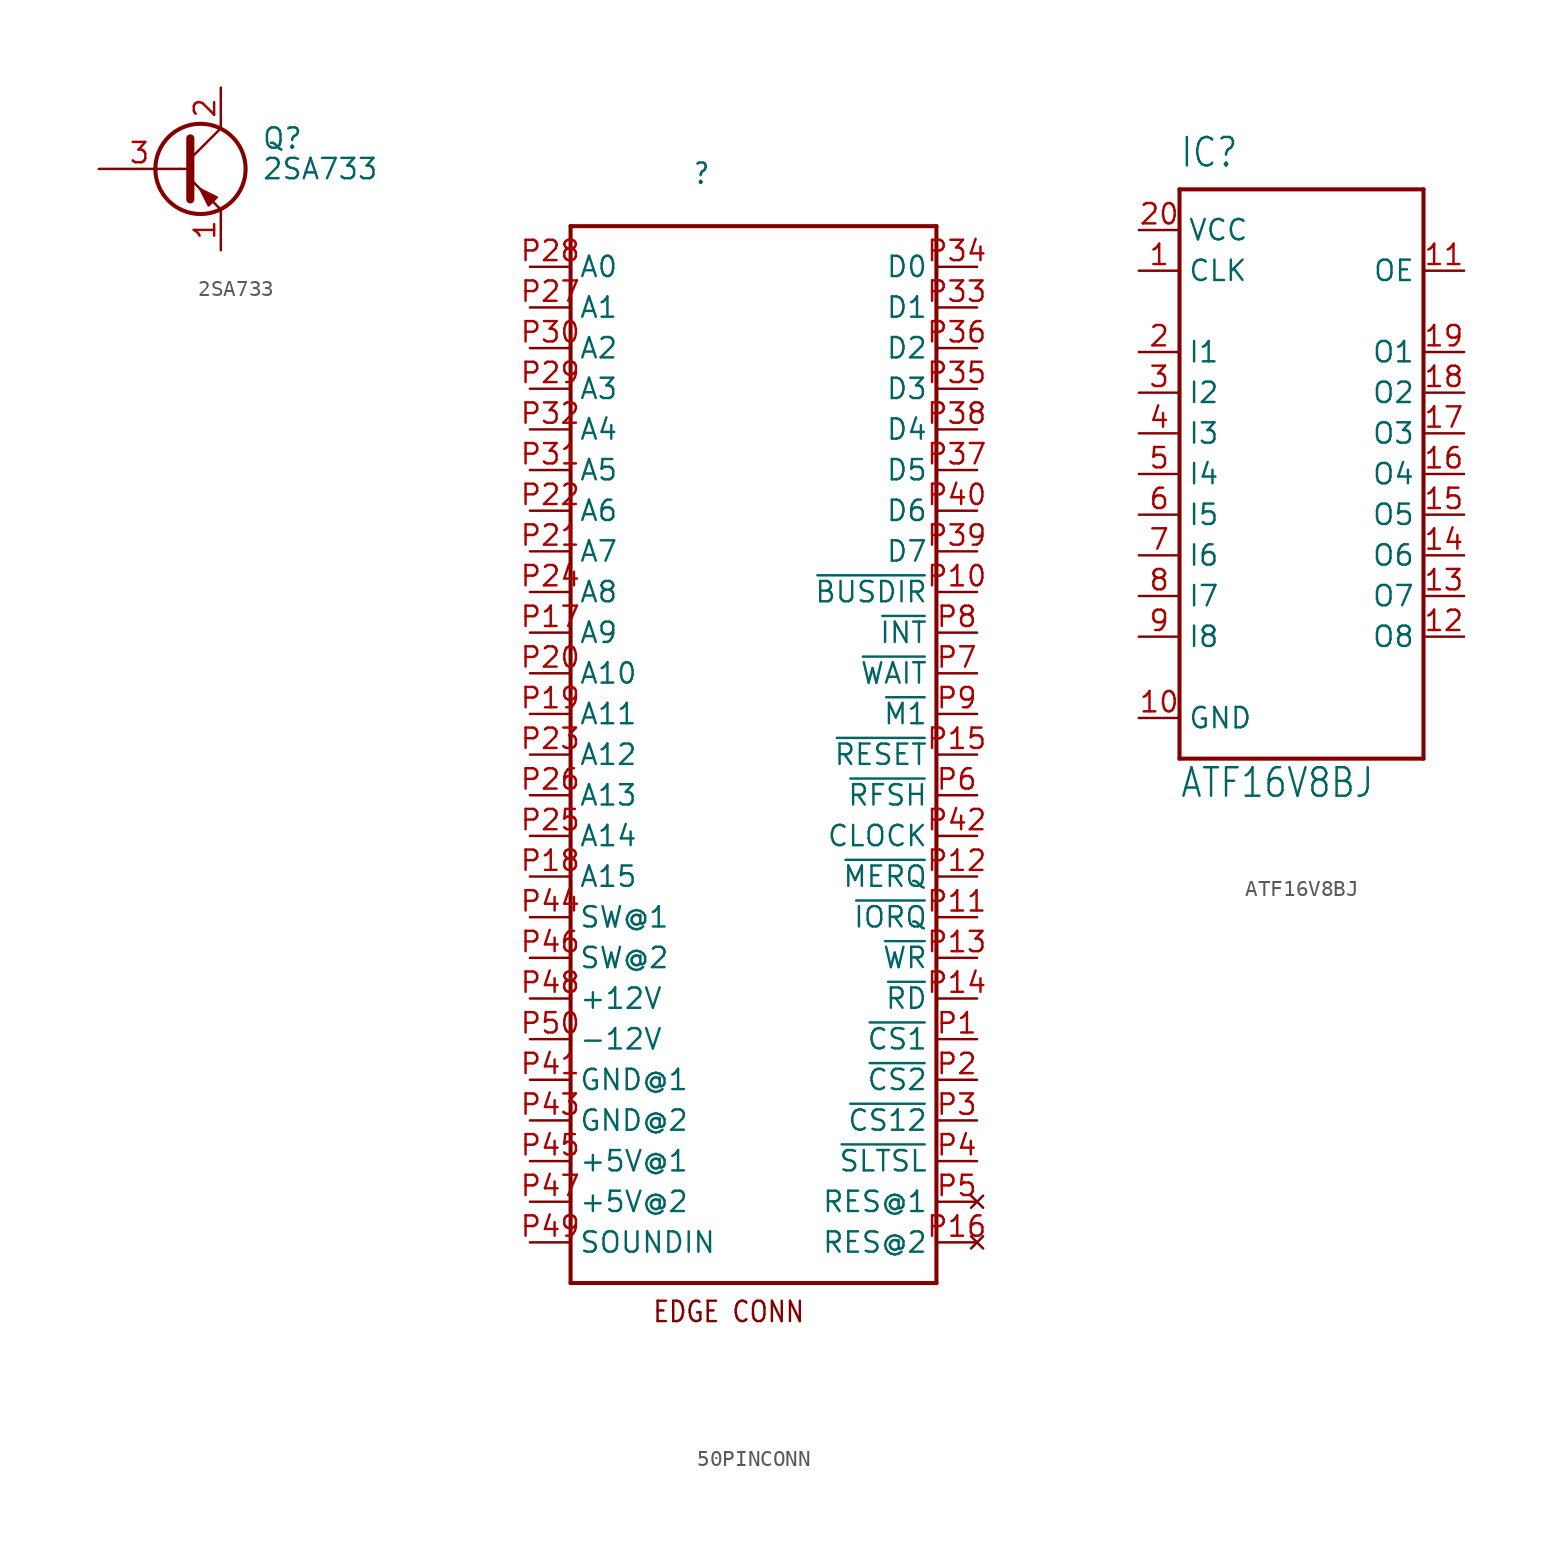
<source format=kicad_sym>
(kicad_symbol_lib
  (version 20220914)
  (generator kicad_symbol_editor)
  (symbol "2SA733"
    (pin_names
      (offset 0) hide)
    (property "Reference" "Q"
      (at 5.08 1.905 0)
      (effects (font (size 1.27 1.27)) (justify left)))
    (property "Value" "2SA733"
      (at 5.08 0 0)
      (effects (font (size 1.27 1.27)) (justify left)))
    (symbol "2SA733_0_1"
      (polyline (pts (xy 0 0) (xy 0.635 0)) (stroke (width 0) (type default)) (fill (type none)))
      (polyline (pts (xy 2.54 -2.54) (xy 0.635 -0.635)) (stroke (width 0) (type default)) (fill (type none)))
      (polyline (pts (xy 2.54 2.54) (xy 0.635 0.635)) (stroke (width 0) (type default)) (fill (type none)))
      (polyline (pts (xy 0.635 1.905) (xy 0.635 -1.905) (xy 0.635 -1.905)) (stroke (width 0.508) (type default)) (fill (type outline)))
      (polyline (pts (xy 1.778 -2.286) (xy 2.286 -1.778) (xy 1.27 -1.27) (xy 1.778 -2.286) (xy 1.778 -2.286)) (stroke (width 0) (type default)) (fill (type outline)))
      (circle (center 1.27 0) (radius 2.819) (stroke (width 0.254) (type default)) (fill (type none))))
    (symbol "2SA733_1_1"
      (pin passive line (at 2.54 -5.08 90) (length 2.54) (name "E" (effects (font (size 1.27 1.27)))) (number "1" (effects (font (size 1.27 1.27)))))
      (pin passive line (at 2.54 5.08 270) (length 2.54) (name "C" (effects (font (size 1.27 1.27)))) (number "2" (effects (font (size 1.27 1.27)))))
      (pin input line (at -5.08 0 0) (length 5.08) (name "B" (effects (font (size 1.27 1.27)))) (number "3" (effects (font (size 1.27 1.27)))))))
  (symbol "50PINCONN"
    (property "Reference" ""
      (at -3.81 35.56 0)
      (effects (font (size 1.27 1.079)) (justify left bottom)))
    (property "ki_locked" ""
      (at 0 0 0)
      (effects (font (size 1.27 1.27))))
    (symbol "50PINCONN_1_0"
      (polyline (pts (xy -11.43 -33.02) (xy -11.43 33.02)) (stroke (width 0.254) (type default)) (fill (type none)))
      (polyline (pts (xy -11.43 33.02) (xy 11.43 33.02)) (stroke (width 0.254) (type default)) (fill (type none)))
      (polyline (pts (xy 11.43 -33.02) (xy -11.43 -33.02)) (stroke (width 0.254) (type default)) (fill (type none)))
      (polyline (pts (xy 11.43 33.02) (xy 11.43 -33.02)) (stroke (width 0.254) (type default)) (fill (type none)))
      (text "EDGE CONN" (at -6.35 -35.56 0) (effects (font (size 1.27 1.079)) (justify left bottom)))
      (pin output line (at 13.97 -17.78 180) (length 2.54) (name "~{CS1}" (effects (font (size 1.27 1.27)))) (number "P1" (effects (font (size 1.27 1.27)))))
      (pin input line (at 13.97 10.16 180) (length 2.54) (name "~{BUSDIR}" (effects (font (size 1.27 1.27)))) (number "P10" (effects (font (size 1.27 1.27)))))
      (pin output line (at 13.97 -10.16 180) (length 2.54) (name "~{IORQ}" (effects (font (size 1.27 1.27)))) (number "P11" (effects (font (size 1.27 1.27)))))
      (pin output line (at 13.97 -7.62 180) (length 2.54) (name "~{MERQ}" (effects (font (size 1.27 1.27)))) (number "P12" (effects (font (size 1.27 1.27)))))
      (pin output line (at 13.97 -12.7 180) (length 2.54) (name "~{WR}" (effects (font (size 1.27 1.27)))) (number "P13" (effects (font (size 1.27 1.27)))))
      (pin output line (at 13.97 -15.24 180) (length 2.54) (name "~{RD}" (effects (font (size 1.27 1.27)))) (number "P14" (effects (font (size 1.27 1.27)))))
      (pin output line (at 13.97 0 180) (length 2.54) (name "~{RESET}" (effects (font (size 1.27 1.27)))) (number "P15" (effects (font (size 1.27 1.27)))))
      (pin no_connect line (at 13.97 -30.48 180) (length 2.54) (name "RES@2" (effects (font (size 1.27 1.27)))) (number "P16" (effects (font (size 1.27 1.27)))))
      (pin output line (at -13.97 7.62 0) (length 2.54) (name "A9" (effects (font (size 1.27 1.27)))) (number "P17" (effects (font (size 1.27 1.27)))))
      (pin output line (at -13.97 -7.62 0) (length 2.54) (name "A15" (effects (font (size 1.27 1.27)))) (number "P18" (effects (font (size 1.27 1.27)))))
      (pin output line (at -13.97 2.54 0) (length 2.54) (name "A11" (effects (font (size 1.27 1.27)))) (number "P19" (effects (font (size 1.27 1.27)))))
      (pin output line (at 13.97 -20.32 180) (length 2.54) (name "~{CS2}" (effects (font (size 1.27 1.27)))) (number "P2" (effects (font (size 1.27 1.27)))))
      (pin output line (at -13.97 5.08 0) (length 2.54) (name "A10" (effects (font (size 1.27 1.27)))) (number "P20" (effects (font (size 1.27 1.27)))))
      (pin output line (at -13.97 12.7 0) (length 2.54) (name "A7" (effects (font (size 1.27 1.27)))) (number "P21" (effects (font (size 1.27 1.27)))))
      (pin output line (at -13.97 15.24 0) (length 2.54) (name "A6" (effects (font (size 1.27 1.27)))) (number "P22" (effects (font (size 1.27 1.27)))))
      (pin output line (at -13.97 0 0) (length 2.54) (name "A12" (effects (font (size 1.27 1.27)))) (number "P23" (effects (font (size 1.27 1.27)))))
      (pin output line (at -13.97 10.16 0) (length 2.54) (name "A8" (effects (font (size 1.27 1.27)))) (number "P24" (effects (font (size 1.27 1.27)))))
      (pin output line (at -13.97 -5.08 0) (length 2.54) (name "A14" (effects (font (size 1.27 1.27)))) (number "P25" (effects (font (size 1.27 1.27)))))
      (pin output line (at -13.97 -2.54 0) (length 2.54) (name "A13" (effects (font (size 1.27 1.27)))) (number "P26" (effects (font (size 1.27 1.27)))))
      (pin output line (at -13.97 27.94 0) (length 2.54) (name "A1" (effects (font (size 1.27 1.27)))) (number "P27" (effects (font (size 1.27 1.27)))))
      (pin output line (at -13.97 30.48 0) (length 2.54) (name "A0" (effects (font (size 1.27 1.27)))) (number "P28" (effects (font (size 1.27 1.27)))))
      (pin output line (at -13.97 22.86 0) (length 2.54) (name "A3" (effects (font (size 1.27 1.27)))) (number "P29" (effects (font (size 1.27 1.27)))))
      (pin output line (at 13.97 -22.86 180) (length 2.54) (name "~{CS12}" (effects (font (size 1.27 1.27)))) (number "P3" (effects (font (size 1.27 1.27)))))
      (pin output line (at -13.97 25.4 0) (length 2.54) (name "A2" (effects (font (size 1.27 1.27)))) (number "P30" (effects (font (size 1.27 1.27)))))
      (pin output line (at -13.97 17.78 0) (length 2.54) (name "A5" (effects (font (size 1.27 1.27)))) (number "P31" (effects (font (size 1.27 1.27)))))
      (pin output line (at -13.97 20.32 0) (length 2.54) (name "A4" (effects (font (size 1.27 1.27)))) (number "P32" (effects (font (size 1.27 1.27)))))
      (pin bidirectional line (at 13.97 27.94 180) (length 2.54) (name "D1" (effects (font (size 1.27 1.27)))) (number "P33" (effects (font (size 1.27 1.27)))))
      (pin bidirectional line (at 13.97 30.48 180) (length 2.54) (name "D0" (effects (font (size 1.27 1.27)))) (number "P34" (effects (font (size 1.27 1.27)))))
      (pin bidirectional line (at 13.97 22.86 180) (length 2.54) (name "D3" (effects (font (size 1.27 1.27)))) (number "P35" (effects (font (size 1.27 1.27)))))
      (pin bidirectional line (at 13.97 25.4 180) (length 2.54) (name "D2" (effects (font (size 1.27 1.27)))) (number "P36" (effects (font (size 1.27 1.27)))))
      (pin bidirectional line (at 13.97 17.78 180) (length 2.54) (name "D5" (effects (font (size 1.27 1.27)))) (number "P37" (effects (font (size 1.27 1.27)))))
      (pin bidirectional line (at 13.97 20.32 180) (length 2.54) (name "D4" (effects (font (size 1.27 1.27)))) (number "P38" (effects (font (size 1.27 1.27)))))
      (pin bidirectional line (at 13.97 12.7 180) (length 2.54) (name "D7" (effects (font (size 1.27 1.27)))) (number "P39" (effects (font (size 1.27 1.27)))))
      (pin output line (at 13.97 -25.4 180) (length 2.54) (name "~{SLTSL}" (effects (font (size 1.27 1.27)))) (number "P4" (effects (font (size 1.27 1.27)))))
      (pin bidirectional line (at 13.97 15.24 180) (length 2.54) (name "D6" (effects (font (size 1.27 1.27)))) (number "P40" (effects (font (size 1.27 1.27)))))
      (pin power_in line (at -13.97 -20.32 0) (length 2.54) (name "GND@1" (effects (font (size 1.27 1.27)))) (number "P41" (effects (font (size 1.27 1.27)))))
      (pin output line (at 13.97 -5.08 180) (length 2.54) (name "CLOCK" (effects (font (size 1.27 1.27)))) (number "P42" (effects (font (size 1.27 1.27)))))
      (pin power_in line (at -13.97 -22.86 0) (length 2.54) (name "GND@2" (effects (font (size 1.27 1.27)))) (number "P43" (effects (font (size 1.27 1.27)))))
      (pin passive line (at -13.97 -10.16 0) (length 2.54) (name "SW@1" (effects (font (size 1.27 1.27)))) (number "P44" (effects (font (size 1.27 1.27)))))
      (pin power_in line (at -13.97 -25.4 0) (length 2.54) (name "+5V@1" (effects (font (size 1.27 1.27)))) (number "P45" (effects (font (size 1.27 1.27)))))
      (pin passive line (at -13.97 -12.7 0) (length 2.54) (name "SW@2" (effects (font (size 1.27 1.27)))) (number "P46" (effects (font (size 1.27 1.27)))))
      (pin power_in line (at -13.97 -27.94 0) (length 2.54) (name "+5V@2" (effects (font (size 1.27 1.27)))) (number "P47" (effects (font (size 1.27 1.27)))))
      (pin power_in line (at -13.97 -15.24 0) (length 2.54) (name "+12V" (effects (font (size 1.27 1.27)))) (number "P48" (effects (font (size 1.27 1.27)))))
      (pin passive line (at -13.97 -30.48 0) (length 2.54) (name "SOUNDIN" (effects (font (size 1.27 1.27)))) (number "P49" (effects (font (size 1.27 1.27)))))
      (pin no_connect line (at 13.97 -27.94 180) (length 2.54) (name "RES@1" (effects (font (size 1.27 1.27)))) (number "P5" (effects (font (size 1.27 1.27)))))
      (pin power_in line (at -13.97 -17.78 0) (length 2.54) (name "-12V" (effects (font (size 1.27 1.27)))) (number "P50" (effects (font (size 1.27 1.27)))))
      (pin output line (at 13.97 -2.54 180) (length 2.54) (name "~{RFSH}" (effects (font (size 1.27 1.27)))) (number "P6" (effects (font (size 1.27 1.27)))))
      (pin open_collector line (at 13.97 5.08 180) (length 2.54) (name "~{WAIT}" (effects (font (size 1.27 1.27)))) (number "P7" (effects (font (size 1.27 1.27)))))
      (pin open_collector line (at 13.97 7.62 180) (length 2.54) (name "~{INT}" (effects (font (size 1.27 1.27)))) (number "P8" (effects (font (size 1.27 1.27)))))
      (pin output line (at 13.97 2.54 180) (length 2.54) (name "~{M1}" (effects (font (size 1.27 1.27)))) (number "P9" (effects (font (size 1.27 1.27)))))))
  (symbol "ATF16V8BJ"
    (property "Reference" "IC"
      (at -7.62 19.05 0)
      (effects (font (size 1.778 1.511)) (justify left bottom)))
    (property "Value" "ATF16V8BJ"
      (at -7.62 -20.32 0)
      (effects (font (size 1.778 1.511)) (justify left bottom)))
    (property "ki_locked" ""
      (at 0 0 0)
      (effects (font (size 1.27 1.27))))
    (symbol "ATF16V8BJ_1_0"
      (polyline (pts (xy -7.62 -17.78) (xy -7.62 17.78)) (stroke (width 0.254) (type default)) (fill (type none)))
      (polyline (pts (xy -7.62 17.78) (xy 7.62 17.78)) (stroke (width 0.254) (type default)) (fill (type none)))
      (polyline (pts (xy 7.62 -17.78) (xy -7.62 -17.78)) (stroke (width 0.254) (type default)) (fill (type none)))
      (polyline (pts (xy 7.62 17.78) (xy 7.62 -17.78)) (stroke (width 0.254) (type default)) (fill (type none)))
      (pin input line (at -10.16 12.7 0) (length 2.54) (name "CLK" (effects (font (size 1.27 1.27)))) (number "1" (effects (font (size 1.27 1.27)))))
      (pin power_in line (at -10.16 -15.24 0) (length 2.54) (name "GND" (effects (font (size 1.27 1.27)))) (number "10" (effects (font (size 1.27 1.27)))))
      (pin input line (at 10.16 12.7 180) (length 2.54) (name "OE" (effects (font (size 1.27 1.27)))) (number "11" (effects (font (size 1.27 1.27)))))
      (pin output line (at 10.16 -10.16 180) (length 2.54) (name "O8" (effects (font (size 1.27 1.27)))) (number "12" (effects (font (size 1.27 1.27)))))
      (pin output line (at 10.16 -7.62 180) (length 2.54) (name "O7" (effects (font (size 1.27 1.27)))) (number "13" (effects (font (size 1.27 1.27)))))
      (pin output line (at 10.16 -5.08 180) (length 2.54) (name "O6" (effects (font (size 1.27 1.27)))) (number "14" (effects (font (size 1.27 1.27)))))
      (pin output line (at 10.16 -2.54 180) (length 2.54) (name "O5" (effects (font (size 1.27 1.27)))) (number "15" (effects (font (size 1.27 1.27)))))
      (pin output line (at 10.16 0 180) (length 2.54) (name "O4" (effects (font (size 1.27 1.27)))) (number "16" (effects (font (size 1.27 1.27)))))
      (pin output line (at 10.16 2.54 180) (length 2.54) (name "O3" (effects (font (size 1.27 1.27)))) (number "17" (effects (font (size 1.27 1.27)))))
      (pin output line (at 10.16 5.08 180) (length 2.54) (name "O2" (effects (font (size 1.27 1.27)))) (number "18" (effects (font (size 1.27 1.27)))))
      (pin output line (at 10.16 7.62 180) (length 2.54) (name "O1" (effects (font (size 1.27 1.27)))) (number "19" (effects (font (size 1.27 1.27)))))
      (pin input line (at -10.16 7.62 0) (length 2.54) (name "I1" (effects (font (size 1.27 1.27)))) (number "2" (effects (font (size 1.27 1.27)))))
      (pin power_in line (at -10.16 15.24 0) (length 2.54) (name "VCC" (effects (font (size 1.27 1.27)))) (number "20" (effects (font (size 1.27 1.27)))))
      (pin input line (at -10.16 5.08 0) (length 2.54) (name "I2" (effects (font (size 1.27 1.27)))) (number "3" (effects (font (size 1.27 1.27)))))
      (pin input line (at -10.16 2.54 0) (length 2.54) (name "I3" (effects (font (size 1.27 1.27)))) (number "4" (effects (font (size 1.27 1.27)))))
      (pin input line (at -10.16 0 0) (length 2.54) (name "I4" (effects (font (size 1.27 1.27)))) (number "5" (effects (font (size 1.27 1.27)))))
      (pin input line (at -10.16 -2.54 0) (length 2.54) (name "I5" (effects (font (size 1.27 1.27)))) (number "6" (effects (font (size 1.27 1.27)))))
      (pin input line (at -10.16 -5.08 0) (length 2.54) (name "I6" (effects (font (size 1.27 1.27)))) (number "7" (effects (font (size 1.27 1.27)))))
      (pin input line (at -10.16 -7.62 0) (length 2.54) (name "I7" (effects (font (size 1.27 1.27)))) (number "8" (effects (font (size 1.27 1.27)))))
      (pin input line (at -10.16 -10.16 0) (length 2.54) (name "I8" (effects (font (size 1.27 1.27)))) (number "9" (effects (font (size 1.27 1.27))))))))
</source>
